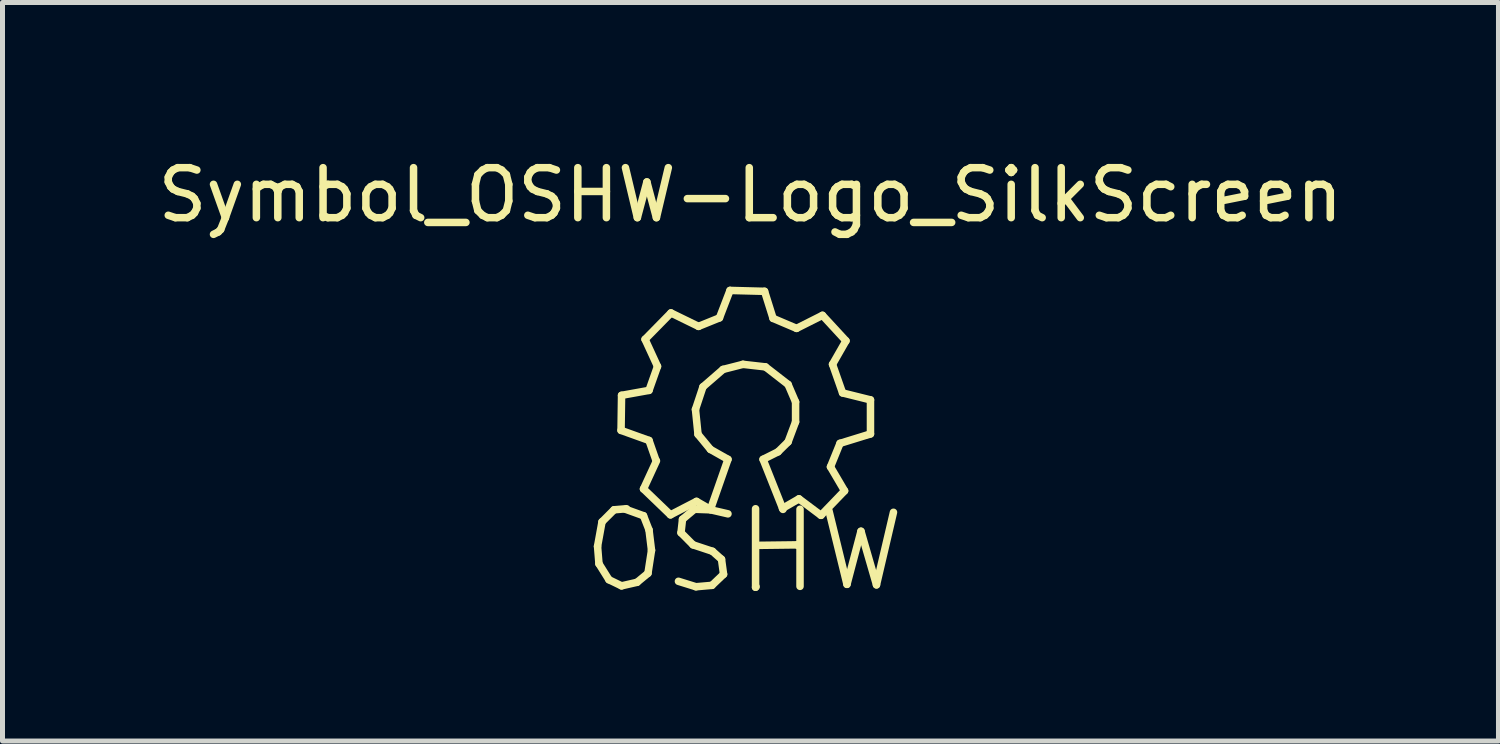
<source format=kicad_pcb>
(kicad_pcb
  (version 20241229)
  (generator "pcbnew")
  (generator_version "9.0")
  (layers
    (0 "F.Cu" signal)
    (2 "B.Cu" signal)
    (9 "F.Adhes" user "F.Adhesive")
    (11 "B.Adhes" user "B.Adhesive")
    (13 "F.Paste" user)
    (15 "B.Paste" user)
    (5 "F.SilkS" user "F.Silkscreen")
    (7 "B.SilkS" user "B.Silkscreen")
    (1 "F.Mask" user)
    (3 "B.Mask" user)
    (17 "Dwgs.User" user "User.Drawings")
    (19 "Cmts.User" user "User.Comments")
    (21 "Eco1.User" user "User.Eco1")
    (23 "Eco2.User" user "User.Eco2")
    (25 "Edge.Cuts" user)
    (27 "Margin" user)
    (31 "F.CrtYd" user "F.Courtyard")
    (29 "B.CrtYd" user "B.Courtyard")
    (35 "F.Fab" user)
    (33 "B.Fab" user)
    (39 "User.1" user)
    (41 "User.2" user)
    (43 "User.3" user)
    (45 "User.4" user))
  (footprint "Symbol_OSHW-Logo_SilkScreen"
    (layer "F.Cu")
    (at 11.859 5.237)
    (property "Reference" "Symbol_OSHW-Logo_SilkScreen" (at 0.099 -4.389 0) (layer "F.SilkS") (effects (font (size 1 1) (thickness 0.15))))
    (attr through_hole)
    (fp_line (start -2.959 2.639) (end -2.931 2.987) (stroke (width 0.15) (type solid)) (layer "F.SilkS"))
    (fp_line (start -2.931 2.987) (end -2.731 3.307) (stroke (width 0.15) (type solid)) (layer "F.SilkS"))
    (fp_line (start -2.87 2.149) (end -2.959 2.639) (stroke (width 0.15) (type solid)) (layer "F.SilkS"))
    (fp_line (start -2.731 3.307) (end -2.479 3.429) (stroke (width 0.15) (type solid)) (layer "F.SilkS"))
    (fp_line (start -2.629 1.908) (end -2.87 2.149) (stroke (width 0.15) (type solid)) (layer "F.SilkS"))
    (fp_line (start -2.489 0.32) (end -1.93 0.521) (stroke (width 0.15) (type solid)) (layer "F.SilkS"))
    (fp_line (start -2.479 -0.381) (end -2.489 0.32) (stroke (width 0.15) (type solid)) (layer "F.SilkS"))
    (fp_line (start -2.479 3.429) (end -2.169 3.358) (stroke (width 0.15) (type solid)) (layer "F.SilkS"))
    (fp_line (start -2.38 1.887) (end -2.629 1.908) (stroke (width 0.15) (type solid)) (layer "F.SilkS"))
    (fp_line (start -2.169 3.358) (end -1.951 3.178) (stroke (width 0.15) (type solid)) (layer "F.SilkS"))
    (fp_line (start -2.04 1.491) (end -1.501 2.009) (stroke (width 0.15) (type solid)) (layer "F.SilkS"))
    (fp_line (start -2.04 2.027) (end -2.4 1.897) (stroke (width 0.15) (type solid)) (layer "F.SilkS"))
    (fp_line (start -2.009 -1.501) (end -1.76 -0.96) (stroke (width 0.15) (type solid)) (layer "F.SilkS"))
    (fp_line (start -1.951 3.178) (end -1.88 2.718) (stroke (width 0.15) (type solid)) (layer "F.SilkS"))
    (fp_line (start -1.93 -0.48) (end -2.479 -0.381) (stroke (width 0.15) (type solid)) (layer "F.SilkS"))
    (fp_line (start -1.93 0.521) (end -1.791 0.919) (stroke (width 0.15) (type solid)) (layer "F.SilkS"))
    (fp_line (start -1.93 2.309) (end -2.04 2.027) (stroke (width 0.15) (type solid)) (layer "F.SilkS"))
    (fp_line (start -1.88 2.718) (end -1.93 2.309) (stroke (width 0.15) (type solid)) (layer "F.SilkS"))
    (fp_line (start -1.781 0.93) (end -2.04 1.491) (stroke (width 0.15) (type solid)) (layer "F.SilkS"))
    (fp_line (start -1.76 -0.96) (end -1.93 -0.48) (stroke (width 0.15) (type solid)) (layer "F.SilkS"))
    (fp_line (start -1.501 2.009) (end -0.98 1.74) (stroke (width 0.15) (type solid)) (layer "F.SilkS"))
    (fp_line (start -1.491 -2.029) (end -2.009 -1.501) (stroke (width 0.15) (type solid)) (layer "F.SilkS"))
    (fp_line (start -1.29 2.367) (end -1.049 2.609) (stroke (width 0.15) (type solid)) (layer "F.SilkS"))
    (fp_line (start -1.26 2.098) (end -1.29 2.367) (stroke (width 0.15) (type solid)) (layer "F.SilkS"))
    (fp_line (start -1.049 2.609) (end -0.66 2.738) (stroke (width 0.15) (type solid)) (layer "F.SilkS"))
    (fp_line (start -1.021 1.897) (end -1.26 2.098) (stroke (width 0.15) (type solid)) (layer "F.SilkS"))
    (fp_line (start -1.001 -0.099) (end -0.95 0.399) (stroke (width 0.15) (type solid)) (layer "F.SilkS"))
    (fp_line (start -0.991 3.447) (end -1.341 3.338) (stroke (width 0.15) (type solid)) (layer "F.SilkS"))
    (fp_line (start -0.98 1.74) (end -0.701 1.9) (stroke (width 0.15) (type solid)) (layer "F.SilkS"))
    (fp_line (start -0.95 0.399) (end -0.701 0.701) (stroke (width 0.15) (type solid)) (layer "F.SilkS"))
    (fp_line (start -0.94 -1.76) (end -1.491 -2.029) (stroke (width 0.15) (type solid)) (layer "F.SilkS"))
    (fp_line (start -0.851 -0.551) (end -1.001 -0.099) (stroke (width 0.15) (type solid)) (layer "F.SilkS"))
    (fp_line (start -0.701 0.701) (end -0.351 0.899) (stroke (width 0.15) (type solid)) (layer "F.SilkS"))
    (fp_line (start -0.701 1.908) (end -1.021 1.897) (stroke (width 0.15) (type solid)) (layer "F.SilkS"))
    (fp_line (start -0.671 3.419) (end -0.991 3.447) (stroke (width 0.15) (type solid)) (layer "F.SilkS"))
    (fp_line (start -0.66 2.738) (end -0.48 2.898) (stroke (width 0.15) (type solid)) (layer "F.SilkS"))
    (fp_line (start -0.521 -1.93) (end -0.94 -1.76) (stroke (width 0.15) (type solid)) (layer "F.SilkS"))
    (fp_line (start -0.48 2.898) (end -0.439 3.198) (stroke (width 0.15) (type solid)) (layer "F.SilkS"))
    (fp_line (start -0.45 -0.899) (end -0.851 -0.551) (stroke (width 0.15) (type solid)) (layer "F.SilkS"))
    (fp_line (start -0.439 3.198) (end -0.671 3.419) (stroke (width 0.15) (type solid)) (layer "F.SilkS"))
    (fp_line (start -0.351 0.899) (end -0.701 1.9) (stroke (width 0.15) (type solid)) (layer "F.SilkS"))
    (fp_line (start -0.351 1.989) (end -0.701 1.908) (stroke (width 0.15) (type solid)) (layer "F.SilkS"))
    (fp_line (start -0.31 -2.479) (end -0.521 -1.93) (stroke (width 0.15) (type solid)) (layer "F.SilkS"))
    (fp_line (start -0.051 -1.001) (end -0.45 -0.899) (stroke (width 0.15) (type solid)) (layer "F.SilkS"))
    (fp_line (start 0.201 1.887) (end 0.201 3.457) (stroke (width 0.15) (type solid)) (layer "F.SilkS"))
    (fp_line (start 0.201 3.457) (end 0.211 3.447) (stroke (width 0.15) (type solid)) (layer "F.SilkS"))
    (fp_line (start 0.249 2.619) (end 1.039 2.609) (stroke (width 0.15) (type solid)) (layer "F.SilkS"))
    (fp_line (start 0.351 0.899) (end 0.65 0.749) (stroke (width 0.15) (type solid)) (layer "F.SilkS"))
    (fp_line (start 0.351 0.899) (end 0.749 1.9) (stroke (width 0.15) (type solid)) (layer "F.SilkS"))
    (fp_line (start 0.381 -2.461) (end -0.31 -2.479) (stroke (width 0.15) (type solid)) (layer "F.SilkS"))
    (fp_line (start 0.399 -0.95) (end -0.051 -1.001) (stroke (width 0.15) (type solid)) (layer "F.SilkS"))
    (fp_line (start 0.551 -1.92) (end 0.381 -2.461) (stroke (width 0.15) (type solid)) (layer "F.SilkS"))
    (fp_line (start 0.65 0.749) (end 0.851 0.551) (stroke (width 0.15) (type solid)) (layer "F.SilkS"))
    (fp_line (start 0.739 1.88) (end 1.069 1.689) (stroke (width 0.15) (type solid)) (layer "F.SilkS"))
    (fp_line (start 0.851 -0.599) (end 0.399 -0.95) (stroke (width 0.15) (type solid)) (layer "F.SilkS"))
    (fp_line (start 0.851 0.551) (end 1.001 0.15) (stroke (width 0.15) (type solid)) (layer "F.SilkS"))
    (fp_line (start 1.001 -0.249) (end 0.851 -0.599) (stroke (width 0.15) (type solid)) (layer "F.SilkS"))
    (fp_line (start 1.001 0.15) (end 1.001 -0.249) (stroke (width 0.15) (type solid)) (layer "F.SilkS"))
    (fp_line (start 1.021 -1.72) (end 0.551 -1.92) (stroke (width 0.15) (type solid)) (layer "F.SilkS"))
    (fp_line (start 1.039 2.609) (end 1.049 2.619) (stroke (width 0.15) (type solid)) (layer "F.SilkS"))
    (fp_line (start 1.049 2.619) (end 1.049 2.609) (stroke (width 0.15) (type solid)) (layer "F.SilkS"))
    (fp_line (start 1.069 1.689) (end 1.509 2.019) (stroke (width 0.15) (type solid)) (layer "F.SilkS"))
    (fp_line (start 1.09 1.897) (end 1.09 3.439) (stroke (width 0.15) (type solid)) (layer "F.SilkS"))
    (fp_line (start 1.509 2.019) (end 1.981 1.529) (stroke (width 0.15) (type solid)) (layer "F.SilkS"))
    (fp_line (start 1.539 -1.981) (end 1.021 -1.72) (stroke (width 0.15) (type solid)) (layer "F.SilkS"))
    (fp_line (start 1.669 1.928) (end 2.029 3.399) (stroke (width 0.15) (type solid)) (layer "F.SilkS"))
    (fp_line (start 1.699 1.049) (end 1.89 0.579) (stroke (width 0.15) (type solid)) (layer "F.SilkS"))
    (fp_line (start 1.74 -1.001) (end 2.009 -1.471) (stroke (width 0.15) (type solid)) (layer "F.SilkS"))
    (fp_line (start 1.89 0.579) (end 2.499 0.391) (stroke (width 0.15) (type solid)) (layer "F.SilkS"))
    (fp_line (start 1.941 -0.429) (end 1.74 -1.001) (stroke (width 0.15) (type solid)) (layer "F.SilkS"))
    (fp_line (start 1.981 1.529) (end 1.699 1.049) (stroke (width 0.15) (type solid)) (layer "F.SilkS"))
    (fp_line (start 2.009 -1.471) (end 1.539 -1.981) (stroke (width 0.15) (type solid)) (layer "F.SilkS"))
    (fp_line (start 2.029 3.399) (end 2.309 2.337) (stroke (width 0.15) (type solid)) (layer "F.SilkS"))
    (fp_line (start 2.309 2.337) (end 2.619 3.409) (stroke (width 0.15) (type solid)) (layer "F.SilkS"))
    (fp_line (start 2.499 -0.29) (end 1.941 -0.429) (stroke (width 0.15) (type solid)) (layer "F.SilkS"))
    (fp_line (start 2.499 0.391) (end 2.499 -0.29) (stroke (width 0.15) (type solid)) (layer "F.SilkS"))
    (fp_line (start 2.619 3.409) (end 2.959 1.958) (stroke (width 0.15) (type solid)) (layer "F.SilkS")))
  (gr_rect
    (start -3 -3)
    (end 26.917 11.769)
    (stroke (width 0.1) (type default))
    (fill no)
    (layer "Edge.Cuts")))
</source>
